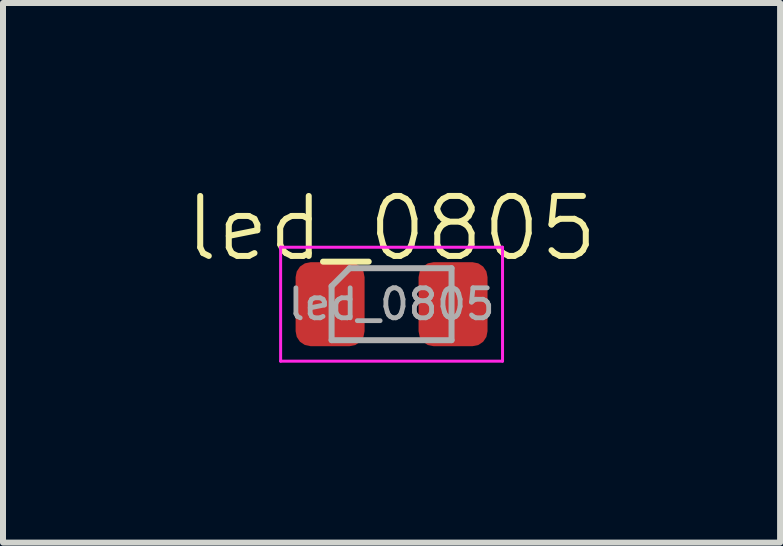
<source format=kicad_pcb>
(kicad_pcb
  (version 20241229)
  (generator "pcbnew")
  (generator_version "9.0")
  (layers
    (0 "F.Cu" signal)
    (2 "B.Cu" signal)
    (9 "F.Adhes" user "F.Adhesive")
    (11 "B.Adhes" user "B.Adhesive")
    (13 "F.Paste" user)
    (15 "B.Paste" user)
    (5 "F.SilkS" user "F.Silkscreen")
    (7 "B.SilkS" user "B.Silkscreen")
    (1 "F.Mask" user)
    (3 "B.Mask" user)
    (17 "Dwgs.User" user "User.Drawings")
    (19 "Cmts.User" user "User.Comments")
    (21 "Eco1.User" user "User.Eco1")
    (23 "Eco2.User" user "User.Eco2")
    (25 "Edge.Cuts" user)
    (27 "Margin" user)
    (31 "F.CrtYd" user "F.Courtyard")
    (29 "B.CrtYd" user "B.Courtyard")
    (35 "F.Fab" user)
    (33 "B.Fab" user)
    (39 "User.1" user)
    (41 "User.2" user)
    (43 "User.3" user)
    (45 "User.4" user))
  (footprint "led_0805"
    (layer "F.Cu")
    (at 3.479 2.022)
    (property "Reference" "led_0805" (at 0 -1.262 0) (unlocked yes) (layer "F.SilkS") (effects (font (size 1 1) (thickness 0.1))))
    (attr smd)
    (fp_line (start -1.85 -0.95) (end 1.85 -0.95) (stroke (width 0.05) (type solid)) (layer "F.CrtYd"))
    (fp_line (start -1.85 0.95) (end -1.85 -0.95) (stroke (width 0.05) (type solid)) (layer "F.CrtYd"))
    (fp_line (start 1.85 -0.95) (end 1.85 0.95) (stroke (width 0.05) (type solid)) (layer "F.CrtYd"))
    (fp_line (start 1.85 0.95) (end -1.85 0.95) (stroke (width 0.05) (type solid)) (layer "F.CrtYd"))
    (fp_line (start -1 -0.3) (end -1 0.6) (stroke (width 0.1) (type solid)) (layer "F.Fab"))
    (fp_line (start -1 0.6) (end 1 0.6) (stroke (width 0.1) (type solid)) (layer "F.Fab"))
    (fp_line (start -0.7 -0.6) (end -1 -0.3) (stroke (width 0.1) (type solid)) (layer "F.Fab"))
    (fp_line (start 1 -0.6) (end -0.7 -0.6) (stroke (width 0.1) (type solid)) (layer "F.Fab"))
    (fp_line (start 1 0.6) (end 1 -0.6) (stroke (width 0.1) (type solid)) (layer "F.Fab"))
    (fp_text user "${REFERENCE}" (at 0 0 0) (layer "F.Fab") (effects (font (size 0.5 0.5) (thickness 0.08))))
    (pad "1" smd roundrect (at -1.025 0) (size 1.15 1.4) (layers "F.Cu" "F.Mask" "F.Paste") (roundrect_rratio 0.217))
    (pad "2" smd roundrect (at 1.025 0) (size 1.15 1.4) (layers "F.Cu" "F.Mask" "F.Paste") (roundrect_rratio 0.217)))
  (gr_rect
    (start -3 -3)
    (end 9.957 5.997)
    (stroke (width 0.1) (type default))
    (fill no)
    (layer "Edge.Cuts")))
</source>
